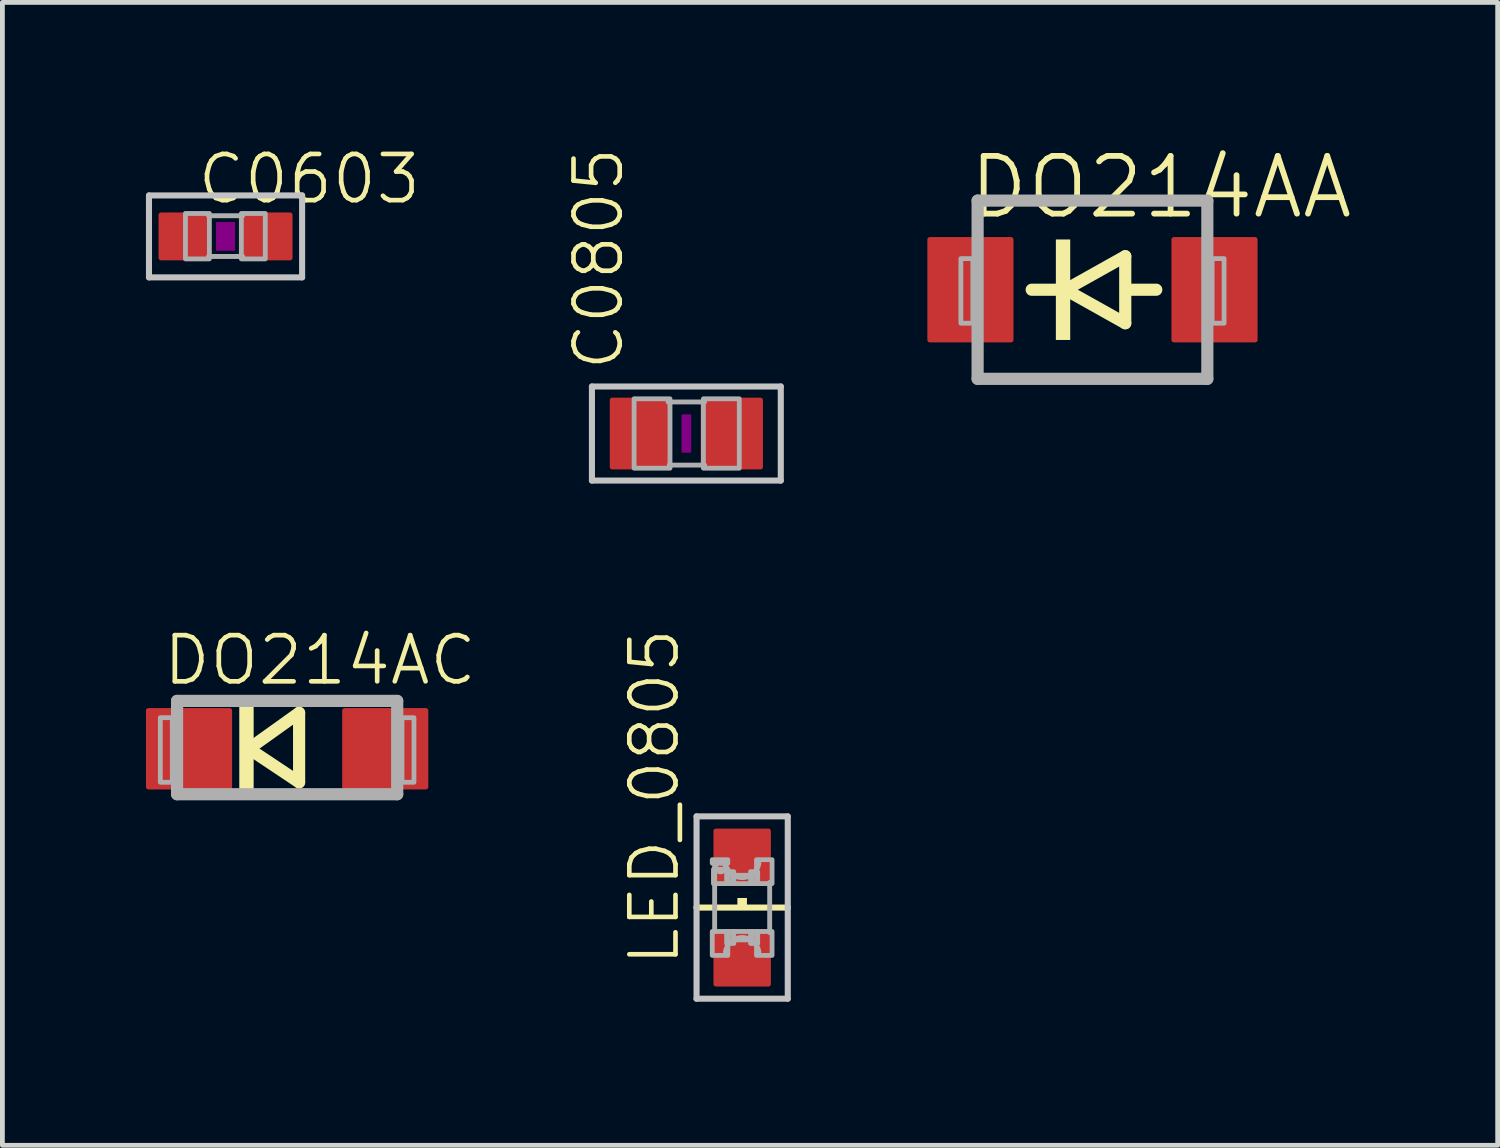
<source format=kicad_pcb>
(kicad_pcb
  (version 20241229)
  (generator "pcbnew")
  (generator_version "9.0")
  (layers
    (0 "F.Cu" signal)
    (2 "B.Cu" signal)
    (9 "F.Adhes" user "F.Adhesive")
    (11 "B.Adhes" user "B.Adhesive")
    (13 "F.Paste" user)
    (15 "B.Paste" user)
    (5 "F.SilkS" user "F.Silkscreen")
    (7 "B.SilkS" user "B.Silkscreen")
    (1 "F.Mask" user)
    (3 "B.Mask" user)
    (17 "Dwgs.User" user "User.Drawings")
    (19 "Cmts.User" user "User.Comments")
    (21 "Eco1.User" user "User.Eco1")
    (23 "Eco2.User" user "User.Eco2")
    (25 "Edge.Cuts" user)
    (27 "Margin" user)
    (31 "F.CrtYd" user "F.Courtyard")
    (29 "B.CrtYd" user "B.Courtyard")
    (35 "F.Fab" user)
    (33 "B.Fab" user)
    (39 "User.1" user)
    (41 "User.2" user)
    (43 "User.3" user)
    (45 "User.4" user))
  (footprint "C0805"
    (layer "F.Cu")
    (at 11.292 6.009)
    (property "Reference" "C0805" (at -1.27 -1.27 90) (layer "F.SilkS") (effects (font (size 0.965 0.965) (thickness 0.097)) (justify left bottom)))
    (attr through_hole)
    (fp_poly (pts (xy -0.1 0.4) (xy 0.1 0.4) (xy 0.1 -0.4) (xy -0.1 -0.4)) (stroke (width 0) (type solid)) (fill yes) (layer "F.Adhes"))
    (fp_line (start -1.973 -0.983) (end 1.973 -0.983) (stroke (width 0.127) (type solid)) (layer "Dwgs.User"))
    (fp_line (start -1.973 0.983) (end -1.973 -0.983) (stroke (width 0.127) (type solid)) (layer "Dwgs.User"))
    (fp_line (start 1.973 -0.983) (end 1.973 0.983) (stroke (width 0.127) (type solid)) (layer "Dwgs.User"))
    (fp_line (start 1.973 0.983) (end -1.973 0.983) (stroke (width 0.127) (type solid)) (layer "Dwgs.User"))
    (fp_line (start -0.381 -0.66) (end 0.381 -0.66) (stroke (width 0.102) (type solid)) (layer "F.Fab"))
    (fp_line (start -0.356 0.66) (end 0.381 0.66) (stroke (width 0.102) (type solid)) (layer "F.Fab"))
    (fp_poly (pts (xy -1.092 0.724) (xy -0.342 0.724) (xy -0.342 -0.726) (xy -1.092 -0.726)) (stroke (width 0.1) (type solid)) (fill no) (layer "F.Fab"))
    (fp_poly (pts (xy 0.356 0.724) (xy 1.106 0.724) (xy 1.106 -0.726) (xy 0.356 -0.726)) (stroke (width 0.1) (type solid)) (fill no) (layer "F.Fab"))
    (pad "1" smd roundrect (at -0.95 0) (size 1.3 1.5) (layers "F.Cu" "F.Mask" "F.Paste") (roundrect_rratio 0.039))
    (pad "2" smd roundrect (at 0.95 0) (size 1.3 1.5) (layers "F.Cu" "F.Mask" "F.Paste") (roundrect_rratio 0.039)))
  (footprint "LED_0805"
    (layer "F.Cu")
    (at 12.458 15.914)
    (property "Reference" "LED_0805" (at -1.27 1.27 270) (layer "F.SilkS") (effects (font (size 0.965 0.965) (thickness 0.097)) (justify left bottom)))
    (attr through_hole)
    (fp_line (start -0.953 0) (end 0.953 0) (stroke (width 0.127) (type solid)) (layer "F.SilkS"))
    (fp_poly (pts (xy -0.1 0) (xy 0.1 0) (xy 0.1 -0.2) (xy -0.1 -0.2)) (stroke (width 0) (type solid)) (fill yes) (layer "F.SilkS"))
    (fp_line (start -0.953 -1.905) (end 0.953 -1.905) (stroke (width 0.127) (type solid)) (layer "Dwgs.User"))
    (fp_line (start -0.953 0) (end -0.953 -1.905) (stroke (width 0.127) (type solid)) (layer "Dwgs.User"))
    (fp_line (start -0.953 1.905) (end -0.953 0) (stroke (width 0.127) (type solid)) (layer "Dwgs.User"))
    (fp_line (start 0.953 -1.905) (end 0.953 0) (stroke (width 0.127) (type solid)) (layer "Dwgs.User"))
    (fp_line (start 0.953 0) (end 0.953 1.905) (stroke (width 0.127) (type solid)) (layer "Dwgs.User"))
    (fp_line (start 0.953 1.905) (end -0.953 1.905) (stroke (width 0.127) (type solid)) (layer "Dwgs.User"))
    (fp_line (start -0.575 0.5) (end -0.575 -0.925) (stroke (width 0.102) (type solid)) (layer "F.Fab"))
    (fp_line (start 0.575 -0.525) (end 0.575 0.525) (stroke (width 0.102) (type solid)) (layer "F.Fab"))
    (fp_arc (start -0.35 0.925) (mid -0.000001 0.625027) (end 0.35 0.924998) (stroke (width 0.1016) (type solid)) (layer "F.Fab"))
    (fp_arc (start 0.35 -0.924998) (mid -0.000001 -0.625027) (end -0.35 -0.925) (stroke (width 0.1016) (type solid)) (layer "F.Fab"))
    (fp_circle (center -0.45 -0.85) (end -0.347 -0.85) (stroke (width 0.102) (type solid)) (fill no) (layer "F.Fab"))
    (fp_poly (pts (xy -0.625 -0.925) (xy -0.3 -0.925) (xy -0.3 -1) (xy -0.625 -1)) (stroke (width 0.1) (type solid)) (fill no) (layer "F.Fab"))
    (fp_poly (pts (xy -0.625 1) (xy -0.3 1) (xy -0.3 0.5) (xy -0.625 0.5)) (stroke (width 0.1) (type solid)) (fill no) (layer "F.Fab"))
    (fp_poly (pts (xy -0.6 -0.5) (xy -0.3 -0.5) (xy -0.3 -0.8) (xy -0.6 -0.8)) (stroke (width 0.1) (type solid)) (fill no) (layer "F.Fab"))
    (fp_poly (pts (xy -0.325 -0.5) (xy -0.175 -0.5) (xy -0.175 -0.75) (xy -0.325 -0.75)) (stroke (width 0.1) (type solid)) (fill no) (layer "F.Fab"))
    (fp_poly (pts (xy -0.325 0.75) (xy -0.175 0.75) (xy -0.175 0.5) (xy -0.325 0.5)) (stroke (width 0.1) (type solid)) (fill no) (layer "F.Fab"))
    (fp_poly (pts (xy -0.2 -0.5) (xy 0.2 -0.5) (xy 0.2 -0.675) (xy -0.2 -0.675)) (stroke (width 0.1) (type solid)) (fill no) (layer "F.Fab"))
    (fp_poly (pts (xy -0.2 0.675) (xy 0.2 0.675) (xy 0.2 0.5) (xy -0.2 0.5)) (stroke (width 0.1) (type solid)) (fill no) (layer "F.Fab"))
    (fp_poly (pts (xy 0.175 -0.5) (xy 0.325 -0.5) (xy 0.325 -0.75) (xy 0.175 -0.75)) (stroke (width 0.1) (type solid)) (fill no) (layer "F.Fab"))
    (fp_poly (pts (xy 0.175 0.75) (xy 0.325 0.75) (xy 0.325 0.5) (xy 0.175 0.5)) (stroke (width 0.1) (type solid)) (fill no) (layer "F.Fab"))
    (fp_poly (pts (xy 0.3 -0.5) (xy 0.625 -0.5) (xy 0.625 -1) (xy 0.3 -1)) (stroke (width 0.1) (type solid)) (fill no) (layer "F.Fab"))
    (fp_poly (pts (xy 0.3 1) (xy 0.625 1) (xy 0.625 0.5) (xy 0.3 0.5)) (stroke (width 0.1) (type solid)) (fill no) (layer "F.Fab"))
    (pad "A" smd roundrect (at 0 1.05) (size 1.2 1.2) (layers "F.Cu" "F.Mask" "F.Paste") (roundrect_rratio 0.042))
    (pad "C" smd roundrect (at 0 -1.05) (size 1.2 1.2) (layers "F.Cu" "F.Mask" "F.Paste") (roundrect_rratio 0.042)))
  (footprint "C0603"
    (layer "F.Cu")
    (at 1.663 1.89)
    (property "Reference" "C0603" (at -0.635 -0.635 180) (layer "F.SilkS") (effects (font (size 0.965 0.965) (thickness 0.097)) (justify left bottom)))
    (attr through_hole)
    (fp_poly (pts (xy -0.2 0.3) (xy 0.2 0.3) (xy 0.2 -0.3) (xy -0.2 -0.3)) (stroke (width 0) (type solid)) (fill yes) (layer "F.Adhes"))
    (fp_line (start -1.6 -0.856) (end 1.6 -0.856) (stroke (width 0.127) (type solid)) (layer "Dwgs.User"))
    (fp_line (start -1.6 0.856) (end -1.6 -0.856) (stroke (width 0.127) (type solid)) (layer "Dwgs.User"))
    (fp_line (start 1.6 -0.856) (end 1.6 0.856) (stroke (width 0.127) (type solid)) (layer "Dwgs.User"))
    (fp_line (start 1.6 0.856) (end -1.6 0.856) (stroke (width 0.127) (type solid)) (layer "Dwgs.User"))
    (fp_line (start -0.356 -0.432) (end 0.356 -0.432) (stroke (width 0.102) (type solid)) (layer "F.Fab"))
    (fp_line (start -0.356 0.419) (end 0.356 0.419) (stroke (width 0.102) (type solid)) (layer "F.Fab"))
    (fp_poly (pts (xy -0.838 0.47) (xy -0.338 0.47) (xy -0.338 -0.48) (xy -0.838 -0.48)) (stroke (width 0.1) (type solid)) (fill no) (layer "F.Fab"))
    (fp_poly (pts (xy 0.33 0.47) (xy 0.83 0.47) (xy 0.83 -0.48) (xy 0.33 -0.48)) (stroke (width 0.1) (type solid)) (fill no) (layer "F.Fab"))
    (pad "1" smd roundrect (at -0.85 0) (size 1.1 1) (layers "F.Cu" "F.Mask" "F.Paste") (roundrect_rratio 0.051))
    (pad "2" smd roundrect (at 0.85 0) (size 1.1 1) (layers "F.Cu" "F.Mask" "F.Paste") (roundrect_rratio 0.051)))
  (footprint "DO214AC"
    (layer "F.Cu")
    (at 2.95 12.596)
    (property "Reference" "DO214AC" (at -2.64 -1.286 180) (layer "F.SilkS") (effects (font (size 0.965 0.965) (thickness 0.097)) (justify left bottom)))
    (attr through_hole)
    (fp_line (start -0.8 0) (end 0.25 -0.75) (stroke (width 0.254) (type solid)) (layer "F.SilkS"))
    (fp_line (start 0.25 -0.75) (end 0.25 0.7) (stroke (width 0.254) (type solid)) (layer "F.SilkS"))
    (fp_line (start 0.25 0.7) (end -0.8 0) (stroke (width 0.254) (type solid)) (layer "F.SilkS"))
    (fp_poly (pts (xy -1 1.05) (xy -0.7 1.05) (xy -0.7 -1.05) (xy -1 -1.05)) (stroke (width 0) (type solid)) (fill yes) (layer "F.SilkS"))
    (fp_line (start -2.3 -1) (end 2.3 -1) (stroke (width 0.254) (type solid)) (layer "F.Fab"))
    (fp_line (start -2.3 0.95) (end -2.3 -1) (stroke (width 0.254) (type solid)) (layer "F.Fab"))
    (fp_line (start 2.3 -1) (end 2.3 0.95) (stroke (width 0.254) (type solid)) (layer "F.Fab"))
    (fp_line (start 2.3 0.95) (end -2.3 0.95) (stroke (width 0.254) (type solid)) (layer "F.Fab"))
    (fp_poly (pts (xy -2.65 0.7) (xy -2.4 0.7) (xy -2.4 -0.65) (xy -2.65 -0.65)) (stroke (width 0.1) (type solid)) (fill no) (layer "F.Fab"))
    (fp_poly (pts (xy 2.4 0.7) (xy 2.65 0.7) (xy 2.65 -0.65) (xy 2.4 -0.65)) (stroke (width 0.1) (type solid)) (fill no) (layer "F.Fab"))
    (pad "A" smd roundrect (at 2.05 0) (size 1.8 1.7) (layers "F.Cu" "F.Mask" "F.Paste") (roundrect_rratio 0.03))
    (pad "C" smd roundrect (at -2.05 0) (size 1.8 1.7) (layers "F.Cu" "F.Mask" "F.Paste") (roundrect_rratio 0.03)))
  (footprint "DO214AA"
    (layer "F.Cu")
    (at 19.778 3.004)
    (property "Reference" "DO214AA" (at -2.64 -1.436 0) (layer "F.SilkS") (effects (font (size 1.206 1.206) (thickness 0.121)) (justify left bottom)))
    (attr through_hole)
    (fp_line (start -0.635 0) (end -1.27 0) (stroke (width 0.254) (type solid)) (layer "F.SilkS"))
    (fp_line (start -0.565 0) (end 0.685 -0.7) (stroke (width 0.254) (type solid)) (layer "F.SilkS"))
    (fp_line (start 0.685 -0.7) (end 0.685 0.7) (stroke (width 0.254) (type solid)) (layer "F.SilkS"))
    (fp_line (start 0.685 0.7) (end -0.565 0) (stroke (width 0.254) (type solid)) (layer "F.SilkS"))
    (fp_line (start 1.333 0) (end 0.699 0) (stroke (width 0.254) (type solid)) (layer "F.SilkS"))
    (fp_poly (pts (xy -0.765 1.05) (xy -0.465 1.05) (xy -0.465 -1.05) (xy -0.765 -1.05)) (stroke (width 0) (type solid)) (fill yes) (layer "F.SilkS"))
    (fp_line (start -2.4 -1.862) (end 2.4 -1.862) (stroke (width 0.254) (type solid)) (layer "F.Fab"))
    (fp_line (start -2.4 1.862) (end -2.4 -1.862) (stroke (width 0.254) (type solid)) (layer "F.Fab"))
    (fp_line (start 2.4 -1.862) (end 2.4 1.862) (stroke (width 0.254) (type solid)) (layer "F.Fab"))
    (fp_line (start 2.4 1.862) (end -2.4 1.862) (stroke (width 0.254) (type solid)) (layer "F.Fab"))
    (fp_poly (pts (xy -2.75 0.7) (xy -2.5 0.7) (xy -2.5 -0.65) (xy -2.75 -0.65)) (stroke (width 0.1) (type solid)) (fill no) (layer "F.Fab"))
    (fp_poly (pts (xy 2.5 0.7) (xy 2.75 0.7) (xy 2.75 -0.65) (xy 2.5 -0.65)) (stroke (width 0.1) (type solid)) (fill no) (layer "F.Fab"))
    (pad "A" smd roundrect (at 2.55 0) (size 1.8 2.2) (layers "F.Cu" "F.Mask" "F.Paste") (roundrect_rratio 0.028))
    (pad "C" smd roundrect (at -2.55 0) (size 1.8 2.2) (layers "F.Cu" "F.Mask" "F.Paste") (roundrect_rratio 0.028)))
  (gr_rect
    (start -3 -3)
    (end 28.245 20.882)
    (stroke (width 0.1) (type default))
    (fill no)
    (layer "Edge.Cuts")))
</source>
